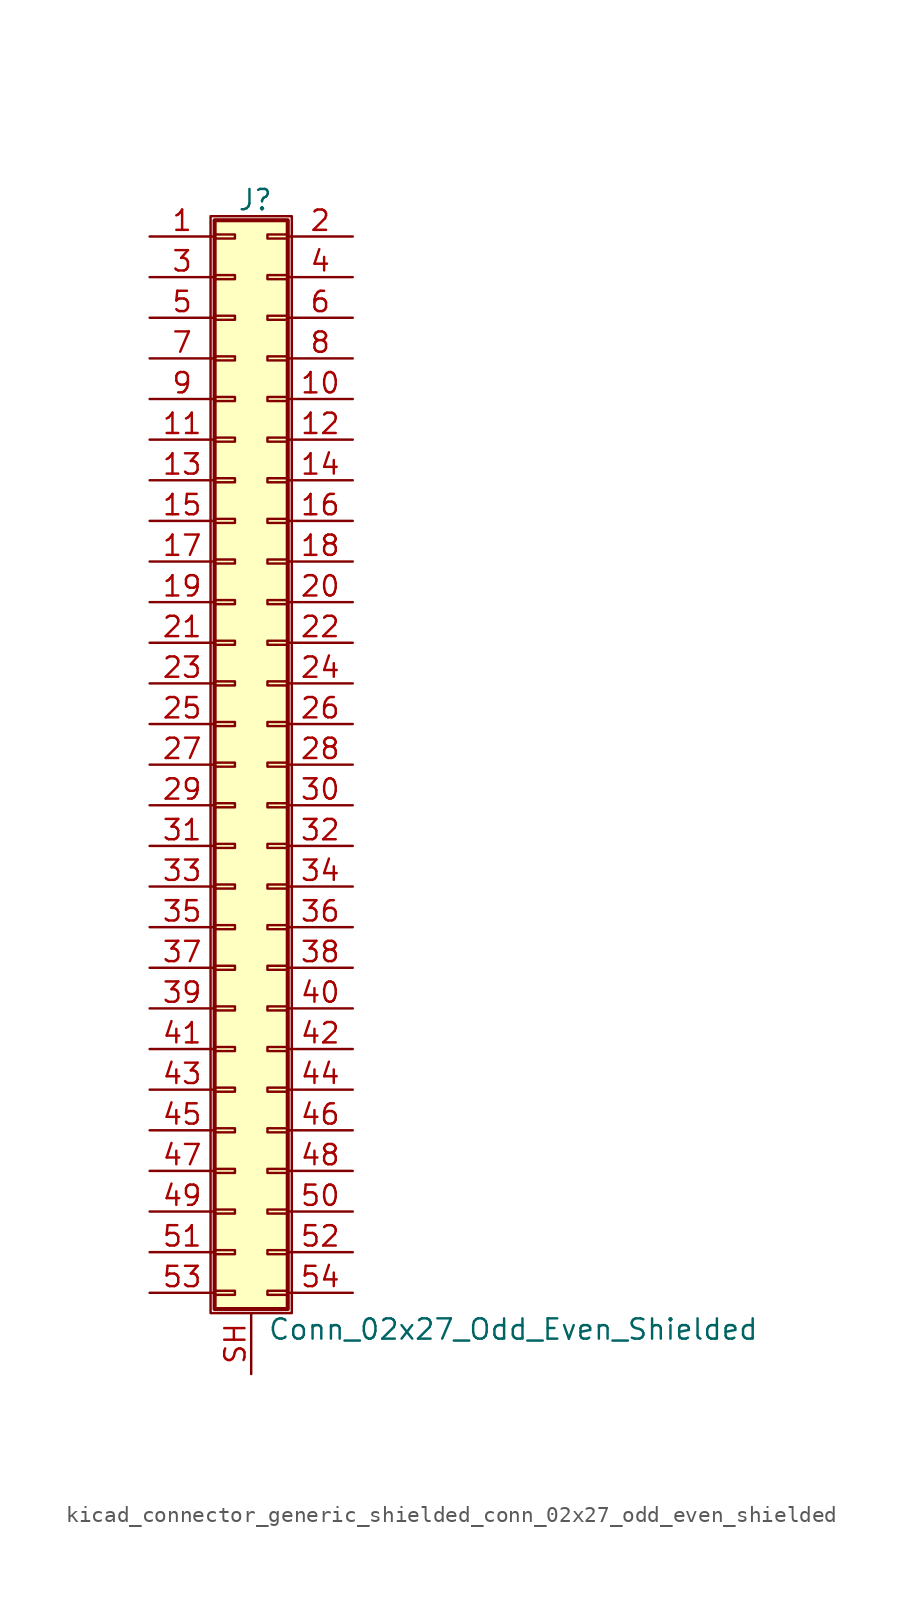
<source format=kicad_sym>
(kicad_symbol_lib
  (version 20220914)
  (generator kicad_symbol_editor)
  (symbol "kicad_connector_generic_shielded_conn_02x27_odd_even_shielded"
    (pin_names
      (offset 1.016) hide)
    (property "Reference" "J"
      (at 1.524 35.306 0)
      (effects (font (size 1.27 1.27))))
    (property "Value" "Conn_02x27_Odd_Even_Shielded"
      (at 2.286 -35.306 0)
      (effects (font (size 1.27 1.27)) (justify left)))
    (symbol "kicad_connector_generic_shielded_conn_02x27_odd_even_shielded_1_1"
      (rectangle (start -1.27 34.29) (end 3.81 -34.29) (stroke (width 0.152) (type default)) (fill (type none)))
      (rectangle (start -1.016 -32.893) (end 0.254 -33.147) (stroke (width 0.152) (type default)) (fill (type none)))
      (rectangle (start -1.016 -30.353) (end 0.254 -30.607) (stroke (width 0.152) (type default)) (fill (type none)))
      (rectangle (start -1.016 -27.813) (end 0.254 -28.067) (stroke (width 0.152) (type default)) (fill (type none)))
      (rectangle (start -1.016 -25.273) (end 0.254 -25.527) (stroke (width 0.152) (type default)) (fill (type none)))
      (rectangle (start -1.016 -22.733) (end 0.254 -22.987) (stroke (width 0.152) (type default)) (fill (type none)))
      (rectangle (start -1.016 -20.193) (end 0.254 -20.447) (stroke (width 0.152) (type default)) (fill (type none)))
      (rectangle (start -1.016 -17.653) (end 0.254 -17.907) (stroke (width 0.152) (type default)) (fill (type none)))
      (rectangle (start -1.016 -15.113) (end 0.254 -15.367) (stroke (width 0.152) (type default)) (fill (type none)))
      (rectangle (start -1.016 -12.573) (end 0.254 -12.827) (stroke (width 0.152) (type default)) (fill (type none)))
      (rectangle (start -1.016 -10.033) (end 0.254 -10.287) (stroke (width 0.152) (type default)) (fill (type none)))
      (rectangle (start -1.016 -7.493) (end 0.254 -7.747) (stroke (width 0.152) (type default)) (fill (type none)))
      (rectangle (start -1.016 -4.953) (end 0.254 -5.207) (stroke (width 0.152) (type default)) (fill (type none)))
      (rectangle (start -1.016 -2.413) (end 0.254 -2.667) (stroke (width 0.152) (type default)) (fill (type none)))
      (rectangle (start -1.016 0.127) (end 0.254 -0.127) (stroke (width 0.152) (type default)) (fill (type none)))
      (rectangle (start -1.016 2.667) (end 0.254 2.413) (stroke (width 0.152) (type default)) (fill (type none)))
      (rectangle (start -1.016 5.207) (end 0.254 4.953) (stroke (width 0.152) (type default)) (fill (type none)))
      (rectangle (start -1.016 7.747) (end 0.254 7.493) (stroke (width 0.152) (type default)) (fill (type none)))
      (rectangle (start -1.016 10.287) (end 0.254 10.033) (stroke (width 0.152) (type default)) (fill (type none)))
      (rectangle (start -1.016 12.827) (end 0.254 12.573) (stroke (width 0.152) (type default)) (fill (type none)))
      (rectangle (start -1.016 15.367) (end 0.254 15.113) (stroke (width 0.152) (type default)) (fill (type none)))
      (rectangle (start -1.016 17.907) (end 0.254 17.653) (stroke (width 0.152) (type default)) (fill (type none)))
      (rectangle (start -1.016 20.447) (end 0.254 20.193) (stroke (width 0.152) (type default)) (fill (type none)))
      (rectangle (start -1.016 22.987) (end 0.254 22.733) (stroke (width 0.152) (type default)) (fill (type none)))
      (rectangle (start -1.016 25.527) (end 0.254 25.273) (stroke (width 0.152) (type default)) (fill (type none)))
      (rectangle (start -1.016 28.067) (end 0.254 27.813) (stroke (width 0.152) (type default)) (fill (type none)))
      (rectangle (start -1.016 30.607) (end 0.254 30.353) (stroke (width 0.152) (type default)) (fill (type none)))
      (rectangle (start -1.016 33.147) (end 0.254 32.893) (stroke (width 0.152) (type default)) (fill (type none)))
      (rectangle (start -1.016 34.036) (end 3.556 -34.036) (stroke (width 0.254) (type default)) (fill (type background)))
      (rectangle (start 3.556 -32.893) (end 2.286 -33.147) (stroke (width 0.152) (type default)) (fill (type none)))
      (rectangle (start 3.556 -30.353) (end 2.286 -30.607) (stroke (width 0.152) (type default)) (fill (type none)))
      (rectangle (start 3.556 -27.813) (end 2.286 -28.067) (stroke (width 0.152) (type default)) (fill (type none)))
      (rectangle (start 3.556 -25.273) (end 2.286 -25.527) (stroke (width 0.152) (type default)) (fill (type none)))
      (rectangle (start 3.556 -22.733) (end 2.286 -22.987) (stroke (width 0.152) (type default)) (fill (type none)))
      (rectangle (start 3.556 -20.193) (end 2.286 -20.447) (stroke (width 0.152) (type default)) (fill (type none)))
      (rectangle (start 3.556 -17.653) (end 2.286 -17.907) (stroke (width 0.152) (type default)) (fill (type none)))
      (rectangle (start 3.556 -15.113) (end 2.286 -15.367) (stroke (width 0.152) (type default)) (fill (type none)))
      (rectangle (start 3.556 -12.573) (end 2.286 -12.827) (stroke (width 0.152) (type default)) (fill (type none)))
      (rectangle (start 3.556 -10.033) (end 2.286 -10.287) (stroke (width 0.152) (type default)) (fill (type none)))
      (rectangle (start 3.556 -7.493) (end 2.286 -7.747) (stroke (width 0.152) (type default)) (fill (type none)))
      (rectangle (start 3.556 -4.953) (end 2.286 -5.207) (stroke (width 0.152) (type default)) (fill (type none)))
      (rectangle (start 3.556 -2.413) (end 2.286 -2.667) (stroke (width 0.152) (type default)) (fill (type none)))
      (rectangle (start 3.556 0.127) (end 2.286 -0.127) (stroke (width 0.152) (type default)) (fill (type none)))
      (rectangle (start 3.556 2.667) (end 2.286 2.413) (stroke (width 0.152) (type default)) (fill (type none)))
      (rectangle (start 3.556 5.207) (end 2.286 4.953) (stroke (width 0.152) (type default)) (fill (type none)))
      (rectangle (start 3.556 7.747) (end 2.286 7.493) (stroke (width 0.152) (type default)) (fill (type none)))
      (rectangle (start 3.556 10.287) (end 2.286 10.033) (stroke (width 0.152) (type default)) (fill (type none)))
      (rectangle (start 3.556 12.827) (end 2.286 12.573) (stroke (width 0.152) (type default)) (fill (type none)))
      (rectangle (start 3.556 15.367) (end 2.286 15.113) (stroke (width 0.152) (type default)) (fill (type none)))
      (rectangle (start 3.556 17.907) (end 2.286 17.653) (stroke (width 0.152) (type default)) (fill (type none)))
      (rectangle (start 3.556 20.447) (end 2.286 20.193) (stroke (width 0.152) (type default)) (fill (type none)))
      (rectangle (start 3.556 22.987) (end 2.286 22.733) (stroke (width 0.152) (type default)) (fill (type none)))
      (rectangle (start 3.556 25.527) (end 2.286 25.273) (stroke (width 0.152) (type default)) (fill (type none)))
      (rectangle (start 3.556 28.067) (end 2.286 27.813) (stroke (width 0.152) (type default)) (fill (type none)))
      (rectangle (start 3.556 30.607) (end 2.286 30.353) (stroke (width 0.152) (type default)) (fill (type none)))
      (rectangle (start 3.556 33.147) (end 2.286 32.893) (stroke (width 0.152) (type default)) (fill (type none)))
      (pin passive line (at -5.08 33.02 0) (length 4.064) (name "Pin_1" (effects (font (size 1.27 1.27)))) (number "1" (effects (font (size 1.27 1.27)))))
      (pin passive line (at 7.62 22.86 180) (length 4.064) (name "Pin_10" (effects (font (size 1.27 1.27)))) (number "10" (effects (font (size 1.27 1.27)))))
      (pin passive line (at -5.08 20.32 0) (length 4.064) (name "Pin_11" (effects (font (size 1.27 1.27)))) (number "11" (effects (font (size 1.27 1.27)))))
      (pin passive line (at 7.62 20.32 180) (length 4.064) (name "Pin_12" (effects (font (size 1.27 1.27)))) (number "12" (effects (font (size 1.27 1.27)))))
      (pin passive line (at -5.08 17.78 0) (length 4.064) (name "Pin_13" (effects (font (size 1.27 1.27)))) (number "13" (effects (font (size 1.27 1.27)))))
      (pin passive line (at 7.62 17.78 180) (length 4.064) (name "Pin_14" (effects (font (size 1.27 1.27)))) (number "14" (effects (font (size 1.27 1.27)))))
      (pin passive line (at -5.08 15.24 0) (length 4.064) (name "Pin_15" (effects (font (size 1.27 1.27)))) (number "15" (effects (font (size 1.27 1.27)))))
      (pin passive line (at 7.62 15.24 180) (length 4.064) (name "Pin_16" (effects (font (size 1.27 1.27)))) (number "16" (effects (font (size 1.27 1.27)))))
      (pin passive line (at -5.08 12.7 0) (length 4.064) (name "Pin_17" (effects (font (size 1.27 1.27)))) (number "17" (effects (font (size 1.27 1.27)))))
      (pin passive line (at 7.62 12.7 180) (length 4.064) (name "Pin_18" (effects (font (size 1.27 1.27)))) (number "18" (effects (font (size 1.27 1.27)))))
      (pin passive line (at -5.08 10.16 0) (length 4.064) (name "Pin_19" (effects (font (size 1.27 1.27)))) (number "19" (effects (font (size 1.27 1.27)))))
      (pin passive line (at 7.62 33.02 180) (length 4.064) (name "Pin_2" (effects (font (size 1.27 1.27)))) (number "2" (effects (font (size 1.27 1.27)))))
      (pin passive line (at 7.62 10.16 180) (length 4.064) (name "Pin_20" (effects (font (size 1.27 1.27)))) (number "20" (effects (font (size 1.27 1.27)))))
      (pin passive line (at -5.08 7.62 0) (length 4.064) (name "Pin_21" (effects (font (size 1.27 1.27)))) (number "21" (effects (font (size 1.27 1.27)))))
      (pin passive line (at 7.62 7.62 180) (length 4.064) (name "Pin_22" (effects (font (size 1.27 1.27)))) (number "22" (effects (font (size 1.27 1.27)))))
      (pin passive line (at -5.08 5.08 0) (length 4.064) (name "Pin_23" (effects (font (size 1.27 1.27)))) (number "23" (effects (font (size 1.27 1.27)))))
      (pin passive line (at 7.62 5.08 180) (length 4.064) (name "Pin_24" (effects (font (size 1.27 1.27)))) (number "24" (effects (font (size 1.27 1.27)))))
      (pin passive line (at -5.08 2.54 0) (length 4.064) (name "Pin_25" (effects (font (size 1.27 1.27)))) (number "25" (effects (font (size 1.27 1.27)))))
      (pin passive line (at 7.62 2.54 180) (length 4.064) (name "Pin_26" (effects (font (size 1.27 1.27)))) (number "26" (effects (font (size 1.27 1.27)))))
      (pin passive line (at -5.08 0 0) (length 4.064) (name "Pin_27" (effects (font (size 1.27 1.27)))) (number "27" (effects (font (size 1.27 1.27)))))
      (pin passive line (at 7.62 0 180) (length 4.064) (name "Pin_28" (effects (font (size 1.27 1.27)))) (number "28" (effects (font (size 1.27 1.27)))))
      (pin passive line (at -5.08 -2.54 0) (length 4.064) (name "Pin_29" (effects (font (size 1.27 1.27)))) (number "29" (effects (font (size 1.27 1.27)))))
      (pin passive line (at -5.08 30.48 0) (length 4.064) (name "Pin_3" (effects (font (size 1.27 1.27)))) (number "3" (effects (font (size 1.27 1.27)))))
      (pin passive line (at 7.62 -2.54 180) (length 4.064) (name "Pin_30" (effects (font (size 1.27 1.27)))) (number "30" (effects (font (size 1.27 1.27)))))
      (pin passive line (at -5.08 -5.08 0) (length 4.064) (name "Pin_31" (effects (font (size 1.27 1.27)))) (number "31" (effects (font (size 1.27 1.27)))))
      (pin passive line (at 7.62 -5.08 180) (length 4.064) (name "Pin_32" (effects (font (size 1.27 1.27)))) (number "32" (effects (font (size 1.27 1.27)))))
      (pin passive line (at -5.08 -7.62 0) (length 4.064) (name "Pin_33" (effects (font (size 1.27 1.27)))) (number "33" (effects (font (size 1.27 1.27)))))
      (pin passive line (at 7.62 -7.62 180) (length 4.064) (name "Pin_34" (effects (font (size 1.27 1.27)))) (number "34" (effects (font (size 1.27 1.27)))))
      (pin passive line (at -5.08 -10.16 0) (length 4.064) (name "Pin_35" (effects (font (size 1.27 1.27)))) (number "35" (effects (font (size 1.27 1.27)))))
      (pin passive line (at 7.62 -10.16 180) (length 4.064) (name "Pin_36" (effects (font (size 1.27 1.27)))) (number "36" (effects (font (size 1.27 1.27)))))
      (pin passive line (at -5.08 -12.7 0) (length 4.064) (name "Pin_37" (effects (font (size 1.27 1.27)))) (number "37" (effects (font (size 1.27 1.27)))))
      (pin passive line (at 7.62 -12.7 180) (length 4.064) (name "Pin_38" (effects (font (size 1.27 1.27)))) (number "38" (effects (font (size 1.27 1.27)))))
      (pin passive line (at -5.08 -15.24 0) (length 4.064) (name "Pin_39" (effects (font (size 1.27 1.27)))) (number "39" (effects (font (size 1.27 1.27)))))
      (pin passive line (at 7.62 30.48 180) (length 4.064) (name "Pin_4" (effects (font (size 1.27 1.27)))) (number "4" (effects (font (size 1.27 1.27)))))
      (pin passive line (at 7.62 -15.24 180) (length 4.064) (name "Pin_40" (effects (font (size 1.27 1.27)))) (number "40" (effects (font (size 1.27 1.27)))))
      (pin passive line (at -5.08 -17.78 0) (length 4.064) (name "Pin_41" (effects (font (size 1.27 1.27)))) (number "41" (effects (font (size 1.27 1.27)))))
      (pin passive line (at 7.62 -17.78 180) (length 4.064) (name "Pin_42" (effects (font (size 1.27 1.27)))) (number "42" (effects (font (size 1.27 1.27)))))
      (pin passive line (at -5.08 -20.32 0) (length 4.064) (name "Pin_43" (effects (font (size 1.27 1.27)))) (number "43" (effects (font (size 1.27 1.27)))))
      (pin passive line (at 7.62 -20.32 180) (length 4.064) (name "Pin_44" (effects (font (size 1.27 1.27)))) (number "44" (effects (font (size 1.27 1.27)))))
      (pin passive line (at -5.08 -22.86 0) (length 4.064) (name "Pin_45" (effects (font (size 1.27 1.27)))) (number "45" (effects (font (size 1.27 1.27)))))
      (pin passive line (at 7.62 -22.86 180) (length 4.064) (name "Pin_46" (effects (font (size 1.27 1.27)))) (number "46" (effects (font (size 1.27 1.27)))))
      (pin passive line (at -5.08 -25.4 0) (length 4.064) (name "Pin_47" (effects (font (size 1.27 1.27)))) (number "47" (effects (font (size 1.27 1.27)))))
      (pin passive line (at 7.62 -25.4 180) (length 4.064) (name "Pin_48" (effects (font (size 1.27 1.27)))) (number "48" (effects (font (size 1.27 1.27)))))
      (pin passive line (at -5.08 -27.94 0) (length 4.064) (name "Pin_49" (effects (font (size 1.27 1.27)))) (number "49" (effects (font (size 1.27 1.27)))))
      (pin passive line (at -5.08 27.94 0) (length 4.064) (name "Pin_5" (effects (font (size 1.27 1.27)))) (number "5" (effects (font (size 1.27 1.27)))))
      (pin passive line (at 7.62 -27.94 180) (length 4.064) (name "Pin_50" (effects (font (size 1.27 1.27)))) (number "50" (effects (font (size 1.27 1.27)))))
      (pin passive line (at -5.08 -30.48 0) (length 4.064) (name "Pin_51" (effects (font (size 1.27 1.27)))) (number "51" (effects (font (size 1.27 1.27)))))
      (pin passive line (at 7.62 -30.48 180) (length 4.064) (name "Pin_52" (effects (font (size 1.27 1.27)))) (number "52" (effects (font (size 1.27 1.27)))))
      (pin passive line (at -5.08 -33.02 0) (length 4.064) (name "Pin_53" (effects (font (size 1.27 1.27)))) (number "53" (effects (font (size 1.27 1.27)))))
      (pin passive line (at 7.62 -33.02 180) (length 4.064) (name "Pin_54" (effects (font (size 1.27 1.27)))) (number "54" (effects (font (size 1.27 1.27)))))
      (pin passive line (at 7.62 27.94 180) (length 4.064) (name "Pin_6" (effects (font (size 1.27 1.27)))) (number "6" (effects (font (size 1.27 1.27)))))
      (pin passive line (at -5.08 25.4 0) (length 4.064) (name "Pin_7" (effects (font (size 1.27 1.27)))) (number "7" (effects (font (size 1.27 1.27)))))
      (pin passive line (at 7.62 25.4 180) (length 4.064) (name "Pin_8" (effects (font (size 1.27 1.27)))) (number "8" (effects (font (size 1.27 1.27)))))
      (pin passive line (at -5.08 22.86 0) (length 4.064) (name "Pin_9" (effects (font (size 1.27 1.27)))) (number "9" (effects (font (size 1.27 1.27)))))
      (pin passive line (at 1.27 -38.1 90) (length 3.81) (name "Shield" (effects (font (size 1.27 1.27)))) (number "SH" (effects (font (size 1.27 1.27))))))))
</source>
